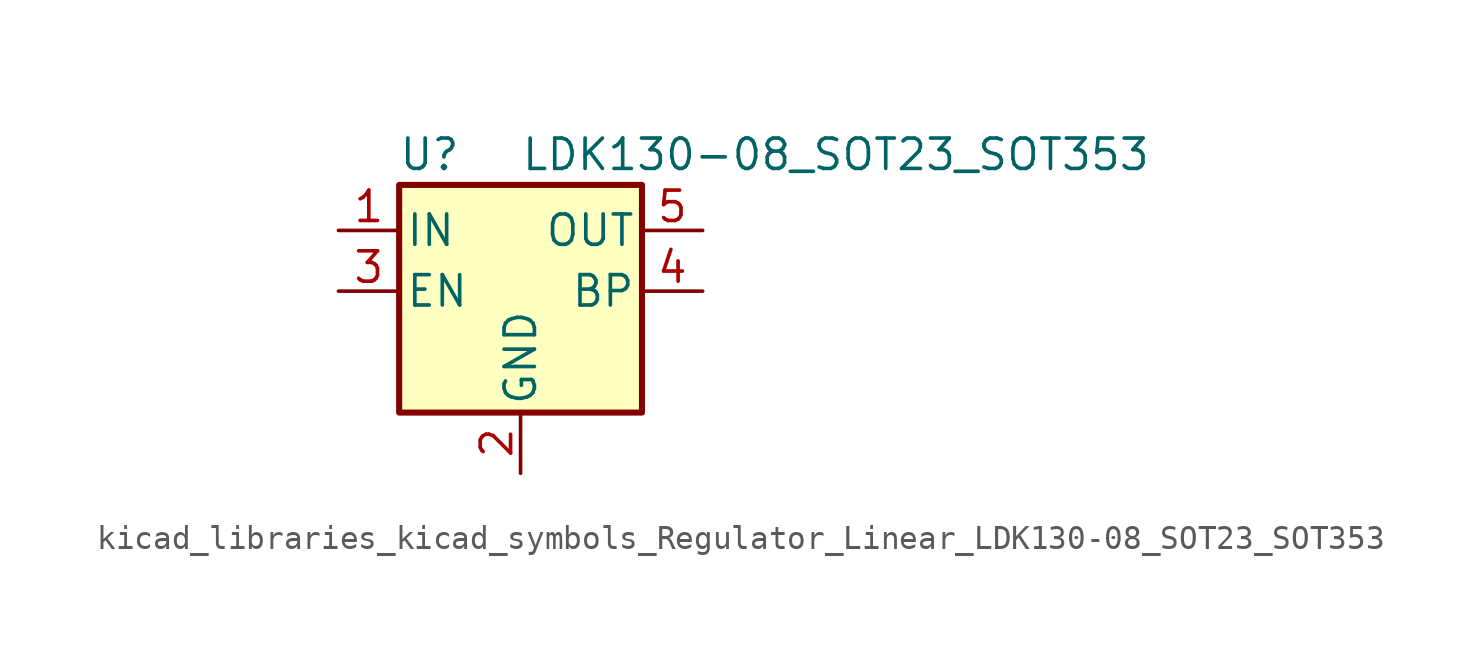
<source format=kicad_sym>
(kicad_symbol_lib
  (version 20220914)
  (generator kicad_symbol_editor)
  (symbol "kicad_libraries_kicad_symbols_Regulator_Linear_LDK130-08_SOT23_SOT353"
    (pin_names
      (offset 0.254))
    (property "Reference" "U"
      (at -3.81 5.715 0)
      (effects (font (size 1.27 1.27))))
    (property "Value" "LDK130-08_SOT23_SOT353"
      (at 0 5.715 0)
      (effects (font (size 1.27 1.27)) (justify left)))
    (symbol "kicad_libraries_kicad_symbols_Regulator_Linear_LDK130-08_SOT23_SOT353_0_1"
      (rectangle (start -5.08 4.445) (end 5.08 -5.08) (stroke (width 0.254) (type default)) (fill (type background))))
    (symbol "kicad_libraries_kicad_symbols_Regulator_Linear_LDK130-08_SOT23_SOT353_1_1"
      (pin power_in line (at -7.62 2.54 0) (length 2.54) (name "IN" (effects (font (size 1.27 1.27)))) (number "1" (effects (font (size 1.27 1.27)))))
      (pin power_in line (at 0 -7.62 90) (length 2.54) (name "GND" (effects (font (size 1.27 1.27)))) (number "2" (effects (font (size 1.27 1.27)))))
      (pin input line (at -7.62 0 0) (length 2.54) (name "EN" (effects (font (size 1.27 1.27)))) (number "3" (effects (font (size 1.27 1.27)))))
      (pin passive line (at 7.62 0 180) (length 2.54) (name "BP" (effects (font (size 1.27 1.27)))) (number "4" (effects (font (size 1.27 1.27)))))
      (pin power_out line (at 7.62 2.54 180) (length 2.54) (name "OUT" (effects (font (size 1.27 1.27)))) (number "5" (effects (font (size 1.27 1.27))))))))
</source>
